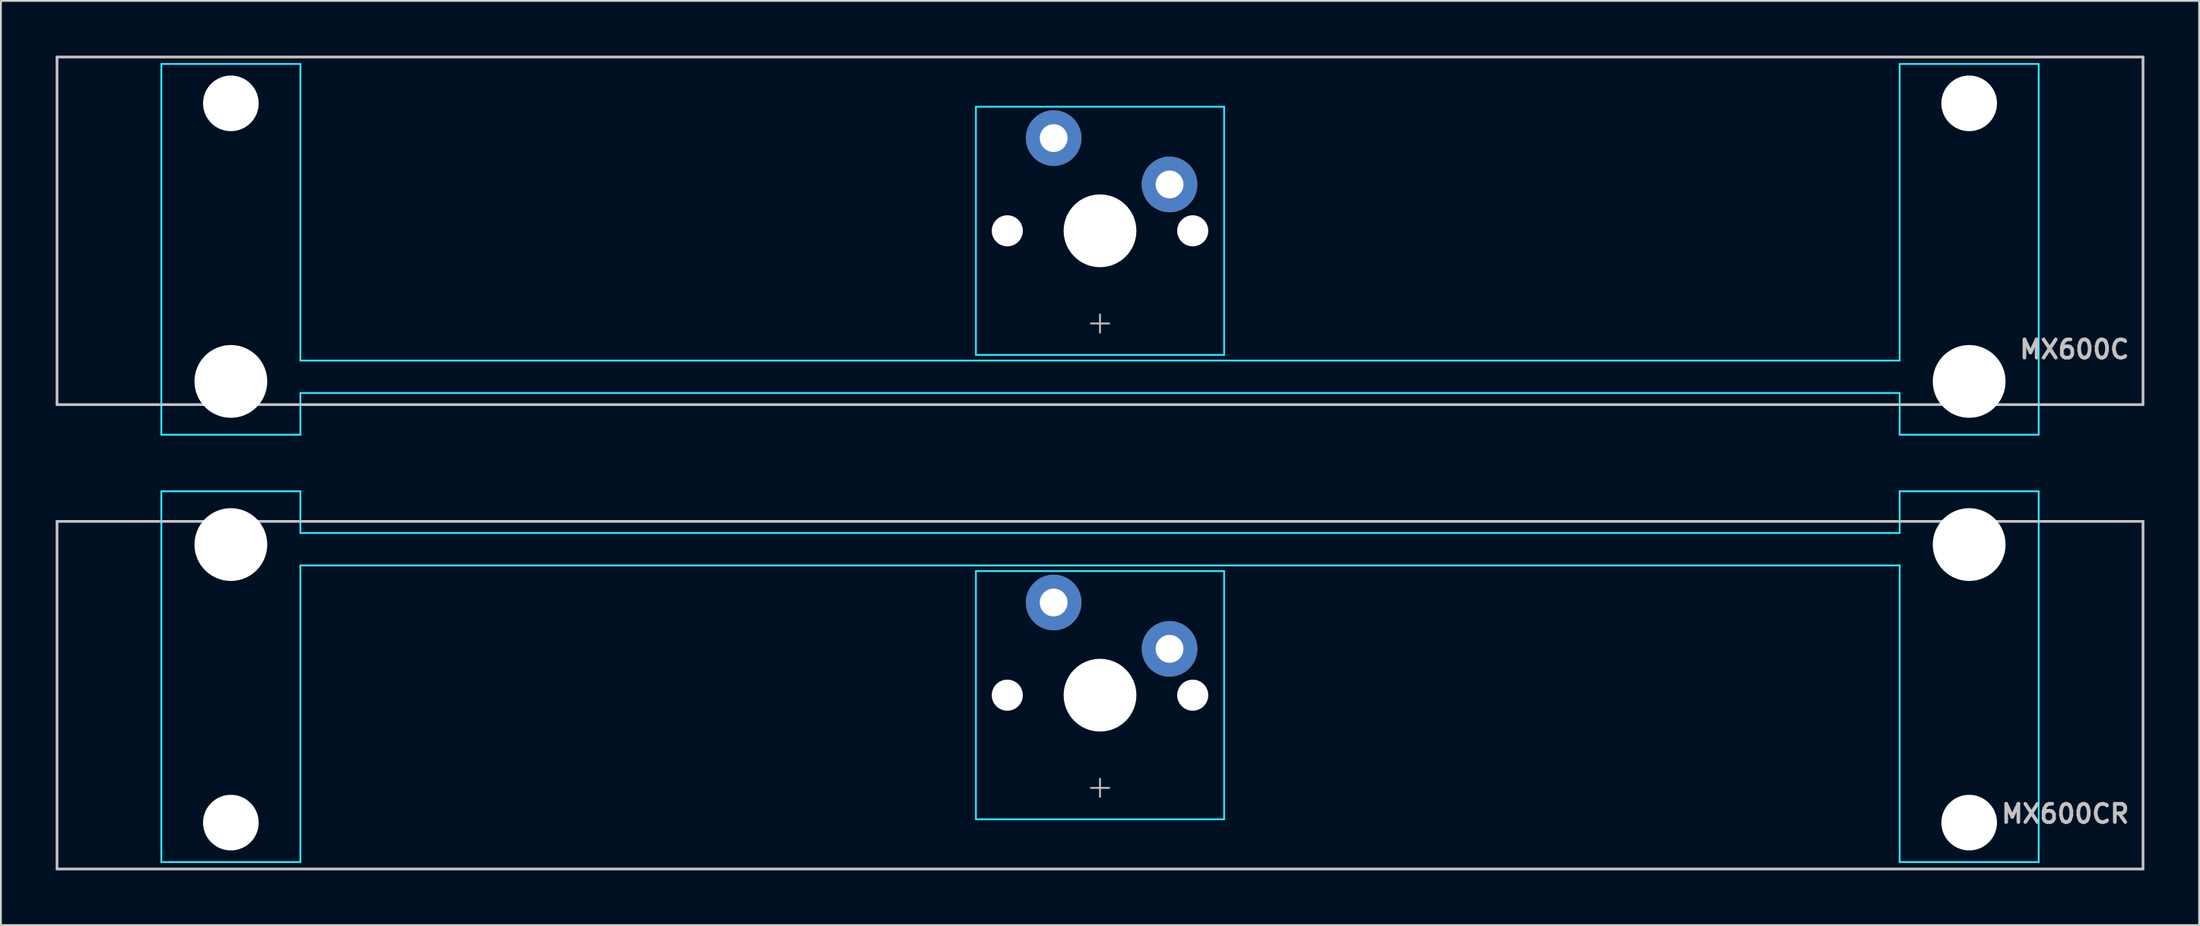
<source format=kicad_pcb>
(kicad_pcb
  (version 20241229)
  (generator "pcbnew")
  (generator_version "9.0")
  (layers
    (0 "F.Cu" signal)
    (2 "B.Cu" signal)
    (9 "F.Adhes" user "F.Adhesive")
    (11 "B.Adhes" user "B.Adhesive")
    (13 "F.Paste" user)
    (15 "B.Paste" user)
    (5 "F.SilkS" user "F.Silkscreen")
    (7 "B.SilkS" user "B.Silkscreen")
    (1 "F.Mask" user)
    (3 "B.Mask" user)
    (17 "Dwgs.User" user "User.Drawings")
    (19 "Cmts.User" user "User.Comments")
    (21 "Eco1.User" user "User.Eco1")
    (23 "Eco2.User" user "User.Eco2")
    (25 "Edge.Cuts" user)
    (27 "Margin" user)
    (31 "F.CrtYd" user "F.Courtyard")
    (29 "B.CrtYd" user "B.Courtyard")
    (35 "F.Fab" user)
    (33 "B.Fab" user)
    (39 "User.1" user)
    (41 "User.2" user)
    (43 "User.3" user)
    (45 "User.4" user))
  (footprint "MX600CR"
    (layer "F.Cu")
    (at 57.225 35.052)
    (property "Reference" "MX600CR" (at 56.5 6.5 0) (layer "Dwgs.User") (effects (font (size 1 1) (thickness 0.2)) (justify right)))
    (attr through_hole)
    (fp_line (start -57.15 -9.525) (end 57.15 -9.525) (stroke (width 0.15) (type solid)) (layer "Dwgs.User"))
    (fp_line (start -57.15 9.525) (end -57.15 -9.525) (stroke (width 0.15) (type solid)) (layer "Dwgs.User"))
    (fp_line (start -57.15 9.525) (end 57.15 9.525) (stroke (width 0.15) (type solid)) (layer "Dwgs.User"))
    (fp_line (start -0.5 5.08) (end 0.5 5.08) (stroke (width 0.1) (type solid)) (layer "Dwgs.User"))
    (fp_line (start 0 5.58) (end 0 4.58) (stroke (width 0.1) (type solid)) (layer "Dwgs.User"))
    (fp_line (start 57.15 -9.525) (end 57.15 9.525) (stroke (width 0.15) (type solid)) (layer "Dwgs.User"))
    (fp_line (start -51.125 -8.515) (end -51.125 5.485) (stroke (width 0.1) (type solid)) (layer "Eco1.User"))
    (fp_line (start -50.625 -9.015) (end -44.625 -9.015) (stroke (width 0.1) (type solid)) (layer "Eco1.User"))
    (fp_line (start -44.625 5.985) (end -50.625 5.985) (stroke (width 0.1) (type solid)) (layer "Eco1.User"))
    (fp_line (start -44.125 5.485) (end -44.125 -8.515) (stroke (width 0.1) (type solid)) (layer "Eco1.User"))
    (fp_line (start -7 -6.5) (end -7 6.5) (stroke (width 0.1) (type solid)) (layer "Eco1.User"))
    (fp_line (start -6.5 7) (end 6.5 7) (stroke (width 0.1) (type solid)) (layer "Eco1.User"))
    (fp_line (start 6.5 -7) (end -6.5 -7) (stroke (width 0.1) (type solid)) (layer "Eco1.User"))
    (fp_line (start 7 6.5) (end 7 -6.5) (stroke (width 0.1) (type solid)) (layer "Eco1.User"))
    (fp_line (start 44.125 -8.515) (end 44.125 5.485) (stroke (width 0.1) (type solid)) (layer "Eco1.User"))
    (fp_line (start 44.625 -9.015) (end 50.625 -9.015) (stroke (width 0.1) (type solid)) (layer "Eco1.User"))
    (fp_line (start 50.625 5.985) (end 44.625 5.985) (stroke (width 0.1) (type solid)) (layer "Eco1.User"))
    (fp_line (start 51.125 5.485) (end 51.125 -8.515) (stroke (width 0.1) (type solid)) (layer "Eco1.User"))
    (fp_arc (start -51.125 -8.515) (mid -50.978553 -8.868553) (end -50.625 -9.015) (stroke (width 0.1) (type solid)) (layer "Eco1.User"))
    (fp_arc (start -50.625 5.985) (mid -50.978553 5.838553) (end -51.125 5.485) (stroke (width 0.1) (type solid)) (layer "Eco1.User"))
    (fp_arc (start -44.625 -9.015) (mid -44.271447 -8.868553) (end -44.125 -8.515) (stroke (width 0.1) (type solid)) (layer "Eco1.User"))
    (fp_arc (start -44.125 5.485) (mid -44.271447 5.838553) (end -44.625 5.985) (stroke (width 0.1) (type solid)) (layer "Eco1.User"))
    (fp_arc (start -7 -6.5) (mid -6.853553 -6.853553) (end -6.5 -7) (stroke (width 0.1) (type solid)) (layer "Eco1.User"))
    (fp_arc (start -6.5 7) (mid -6.853553 6.853553) (end -7 6.5) (stroke (width 0.1) (type solid)) (layer "Eco1.User"))
    (fp_arc (start 6.5 -7) (mid 6.853553 -6.853553) (end 7 -6.5) (stroke (width 0.1) (type solid)) (layer "Eco1.User"))
    (fp_arc (start 7 6.5) (mid 6.853553 6.853553) (end 6.5 7) (stroke (width 0.1) (type solid)) (layer "Eco1.User"))
    (fp_arc (start 44.125 -8.515) (mid 44.271447 -8.868553) (end 44.625 -9.015) (stroke (width 0.1) (type solid)) (layer "Eco1.User"))
    (fp_arc (start 44.625 5.985) (mid 44.271447 5.838553) (end 44.125 5.485) (stroke (width 0.1) (type solid)) (layer "Eco1.User"))
    (fp_arc (start 50.625 -9.015) (mid 50.978553 -8.868553) (end 51.125 -8.515) (stroke (width 0.1) (type solid)) (layer "Eco1.User"))
    (fp_arc (start 51.125 5.485) (mid 50.978553 5.838553) (end 50.625 5.985) (stroke (width 0.1) (type solid)) (layer "Eco1.User"))
    (fp_line (start -51.435 9.144) (end -51.435 -11.176) (stroke (width 0.1) (type solid)) (layer "B.CrtYd"))
    (fp_line (start -43.815 -11.176) (end -51.435 -11.176) (stroke (width 0.1) (type solid)) (layer "B.CrtYd"))
    (fp_line (start -43.815 -8.89) (end -43.815 -11.176) (stroke (width 0.1) (type solid)) (layer "B.CrtYd"))
    (fp_line (start -43.815 -7.112) (end -43.815 9.144) (stroke (width 0.1) (type solid)) (layer "B.CrtYd"))
    (fp_line (start -43.815 9.144) (end -51.435 9.144) (stroke (width 0.1) (type solid)) (layer "B.CrtYd"))
    (fp_line (start -6.8 -6.8) (end -6.8 6.8) (stroke (width 0.1) (type solid)) (layer "B.CrtYd"))
    (fp_line (start -6.8 -6.8) (end 6.8 -6.8) (stroke (width 0.1) (type solid)) (layer "B.CrtYd"))
    (fp_line (start -6.8 6.8) (end 6.8 6.8) (stroke (width 0.1) (type solid)) (layer "B.CrtYd"))
    (fp_line (start 6.8 6.8) (end 6.8 -6.8) (stroke (width 0.1) (type solid)) (layer "B.CrtYd"))
    (fp_line (start 43.815 -8.89) (end -43.815 -8.89) (stroke (width 0.1) (type solid)) (layer "B.CrtYd"))
    (fp_line (start 43.815 -8.89) (end 43.815 -11.176) (stroke (width 0.1) (type solid)) (layer "B.CrtYd"))
    (fp_line (start 43.815 -7.112) (end -43.815 -7.112) (stroke (width 0.1) (type solid)) (layer "B.CrtYd"))
    (fp_line (start 43.815 -7.112) (end 43.815 9.144) (stroke (width 0.1) (type solid)) (layer "B.CrtYd"))
    (fp_line (start 51.435 -11.176) (end 43.815 -11.176) (stroke (width 0.1) (type solid)) (layer "B.CrtYd"))
    (fp_line (start 51.435 9.144) (end 43.815 9.144) (stroke (width 0.1) (type solid)) (layer "B.CrtYd"))
    (fp_line (start 51.435 9.144) (end 51.435 -11.176) (stroke (width 0.1) (type solid)) (layer "B.CrtYd"))
    (pad "" np_thru_hole circle (at -47.625 -8.255) (size 3.988 3.988) (drill 3.988) (layers "*.Cu" "*.Mask"))
    (pad "" np_thru_hole circle (at -47.625 6.985) (size 3.048 3.048) (drill 3.048) (layers "*.Cu" "*.Mask"))
    (pad "" smd circle (at -47.625 6.985) (size 3.988 3.988) (layers "F.Mask"))
    (pad "" np_thru_hole circle (at -5.08 0) (size 1.702 1.702) (drill 1.702) (layers "*.Cu" "*.Mask"))
    (pad "" np_thru_hole circle (at 0 0) (size 3.988 3.988) (drill 3.988) (layers "*.Cu" "*.Mask"))
    (pad "" np_thru_hole circle (at 5.08 0) (size 1.702 1.702) (drill 1.702) (layers "*.Cu" "*.Mask"))
    (pad "" np_thru_hole circle (at 47.625 -8.255) (size 3.988 3.988) (drill 3.988) (layers "*.Cu" "*.Mask"))
    (pad "" np_thru_hole circle (at 47.625 6.985) (size 3.048 3.048) (drill 3.048) (layers "*.Cu" "*.Mask"))
    (pad "" smd circle (at 47.625 6.985) (size 3.988 3.988) (layers "F.Mask"))
    (pad "1" thru_hole circle (at -2.54 -5.08) (size 3.048 3.048) (drill 1.524) (layers "*.Cu" "*.Mask"))
    (pad "2" thru_hole circle (at 3.81 -2.54) (size 3.048 3.048) (drill 1.524) (layers "*.Cu" "*.Mask")))
  (footprint "MX600C"
    (layer "F.Cu")
    (at 57.225 9.6)
    (property "Reference" "MX600C" (at 56.5 6.5 0) (layer "Dwgs.User") (effects (font (size 1 1) (thickness 0.2)) (justify right)))
    (attr through_hole)
    (fp_line (start -57.15 -9.525) (end 57.15 -9.525) (stroke (width 0.15) (type solid)) (layer "Dwgs.User"))
    (fp_line (start -57.15 9.525) (end -57.15 -9.525) (stroke (width 0.15) (type solid)) (layer "Dwgs.User"))
    (fp_line (start -57.15 9.525) (end 57.15 9.525) (stroke (width 0.15) (type solid)) (layer "Dwgs.User"))
    (fp_line (start -0.5 5.08) (end 0.5 5.08) (stroke (width 0.1) (type solid)) (layer "Dwgs.User"))
    (fp_line (start 0 5.58) (end 0 4.58) (stroke (width 0.1) (type solid)) (layer "Dwgs.User"))
    (fp_line (start 57.15 -9.525) (end 57.15 9.525) (stroke (width 0.15) (type solid)) (layer "Dwgs.User"))
    (fp_line (start -51.125 -5.485) (end -51.125 8.515) (stroke (width 0.1) (type solid)) (layer "Eco1.User"))
    (fp_line (start -50.625 -5.985) (end -44.625 -5.985) (stroke (width 0.1) (type solid)) (layer "Eco1.User"))
    (fp_line (start -44.625 9.015) (end -50.625 9.015) (stroke (width 0.1) (type solid)) (layer "Eco1.User"))
    (fp_line (start -44.125 8.515) (end -44.125 -5.485) (stroke (width 0.1) (type solid)) (layer "Eco1.User"))
    (fp_line (start -7 -6.5) (end -7 6.5) (stroke (width 0.1) (type solid)) (layer "Eco1.User"))
    (fp_line (start -6.5 7) (end 6.5 7) (stroke (width 0.1) (type solid)) (layer "Eco1.User"))
    (fp_line (start 6.5 -7) (end -6.5 -7) (stroke (width 0.1) (type solid)) (layer "Eco1.User"))
    (fp_line (start 7 6.5) (end 7 -6.5) (stroke (width 0.1) (type solid)) (layer "Eco1.User"))
    (fp_line (start 44.125 -5.485) (end 44.125 8.515) (stroke (width 0.1) (type solid)) (layer "Eco1.User"))
    (fp_line (start 44.625 -5.985) (end 50.625 -5.985) (stroke (width 0.1) (type solid)) (layer "Eco1.User"))
    (fp_line (start 50.625 9.015) (end 44.625 9.015) (stroke (width 0.1) (type solid)) (layer "Eco1.User"))
    (fp_line (start 51.125 8.515) (end 51.125 -5.485) (stroke (width 0.1) (type solid)) (layer "Eco1.User"))
    (fp_arc (start -51.125 -5.485) (mid -50.978553 -5.838553) (end -50.625 -5.985) (stroke (width 0.1) (type solid)) (layer "Eco1.User"))
    (fp_arc (start -50.625 9.015) (mid -50.978553 8.868553) (end -51.125 8.515) (stroke (width 0.1) (type solid)) (layer "Eco1.User"))
    (fp_arc (start -44.625 -5.985) (mid -44.271447 -5.838553) (end -44.125 -5.485) (stroke (width 0.1) (type solid)) (layer "Eco1.User"))
    (fp_arc (start -44.125 8.515) (mid -44.271447 8.868553) (end -44.625 9.015) (stroke (width 0.1) (type solid)) (layer "Eco1.User"))
    (fp_arc (start -7 -6.5) (mid -6.853553 -6.853553) (end -6.5 -7) (stroke (width 0.1) (type solid)) (layer "Eco1.User"))
    (fp_arc (start -6.5 7) (mid -6.853553 6.853553) (end -7 6.5) (stroke (width 0.1) (type solid)) (layer "Eco1.User"))
    (fp_arc (start 6.5 -7) (mid 6.853553 -6.853553) (end 7 -6.5) (stroke (width 0.1) (type solid)) (layer "Eco1.User"))
    (fp_arc (start 7 6.5) (mid 6.853553 6.853553) (end 6.5 7) (stroke (width 0.1) (type solid)) (layer "Eco1.User"))
    (fp_arc (start 44.125 -5.485) (mid 44.271447 -5.838553) (end 44.625 -5.985) (stroke (width 0.1) (type solid)) (layer "Eco1.User"))
    (fp_arc (start 44.625 9.015) (mid 44.271447 8.868553) (end 44.125 8.515) (stroke (width 0.1) (type solid)) (layer "Eco1.User"))
    (fp_arc (start 50.625 -5.985) (mid 50.978553 -5.838553) (end 51.125 -5.485) (stroke (width 0.1) (type solid)) (layer "Eco1.User"))
    (fp_arc (start 51.125 8.515) (mid 50.978553 8.868553) (end 50.625 9.015) (stroke (width 0.1) (type solid)) (layer "Eco1.User"))
    (fp_line (start -51.435 -9.144) (end -51.435 11.176) (stroke (width 0.1) (type solid)) (layer "B.CrtYd"))
    (fp_line (start -51.435 -9.144) (end -43.815 -9.144) (stroke (width 0.1) (type solid)) (layer "B.CrtYd"))
    (fp_line (start -51.435 11.176) (end -43.815 11.176) (stroke (width 0.1) (type solid)) (layer "B.CrtYd"))
    (fp_line (start -43.815 7.112) (end -43.815 -9.144) (stroke (width 0.1) (type solid)) (layer "B.CrtYd"))
    (fp_line (start -43.815 7.112) (end 43.815 7.112) (stroke (width 0.1) (type solid)) (layer "B.CrtYd"))
    (fp_line (start -43.815 8.89) (end -43.815 11.176) (stroke (width 0.1) (type solid)) (layer "B.CrtYd"))
    (fp_line (start -43.815 8.89) (end 43.815 8.89) (stroke (width 0.1) (type solid)) (layer "B.CrtYd"))
    (fp_line (start -6.8 -6.8) (end -6.8 6.8) (stroke (width 0.1) (type solid)) (layer "B.CrtYd"))
    (fp_line (start -6.8 -6.8) (end 6.8 -6.8) (stroke (width 0.1) (type solid)) (layer "B.CrtYd"))
    (fp_line (start -6.8 6.8) (end 6.8 6.8) (stroke (width 0.1) (type solid)) (layer "B.CrtYd"))
    (fp_line (start 6.8 6.8) (end 6.8 -6.8) (stroke (width 0.1) (type solid)) (layer "B.CrtYd"))
    (fp_line (start 43.815 -9.144) (end 51.435 -9.144) (stroke (width 0.1) (type solid)) (layer "B.CrtYd"))
    (fp_line (start 43.815 7.112) (end 43.815 -9.144) (stroke (width 0.1) (type solid)) (layer "B.CrtYd"))
    (fp_line (start 43.815 8.89) (end 43.815 11.176) (stroke (width 0.1) (type solid)) (layer "B.CrtYd"))
    (fp_line (start 43.815 11.176) (end 51.435 11.176) (stroke (width 0.1) (type solid)) (layer "B.CrtYd"))
    (fp_line (start 51.435 -9.144) (end 51.435 11.176) (stroke (width 0.1) (type solid)) (layer "B.CrtYd"))
    (pad "" np_thru_hole circle (at -47.625 -6.985 180) (size 3.048 3.048) (drill 3.048) (layers "*.Cu" "*.Mask"))
    (pad "" smd circle (at -47.625 -6.985) (size 3.988 3.988) (layers "F.Mask"))
    (pad "" np_thru_hole circle (at -47.625 8.255 180) (size 3.988 3.988) (drill 3.988) (layers "*.Cu" "*.Mask"))
    (pad "" np_thru_hole circle (at -5.08 0) (size 1.702 1.702) (drill 1.702) (layers "*.Cu" "*.Mask"))
    (pad "" np_thru_hole circle (at 0 0) (size 3.988 3.988) (drill 3.988) (layers "*.Cu" "*.Mask"))
    (pad "" np_thru_hole circle (at 5.08 0) (size 1.702 1.702) (drill 1.702) (layers "*.Cu" "*.Mask"))
    (pad "" np_thru_hole circle (at 47.625 -6.985 180) (size 3.048 3.048) (drill 3.048) (layers "*.Cu" "*.Mask"))
    (pad "" smd circle (at 47.625 -6.985) (size 3.988 3.988) (layers "F.Mask"))
    (pad "" np_thru_hole circle (at 47.625 8.255 180) (size 3.988 3.988) (drill 3.988) (layers "*.Cu" "*.Mask"))
    (pad "1" thru_hole circle (at -2.54 -5.08) (size 3.048 3.048) (drill 1.524) (layers "*.Cu" "*.Mask"))
    (pad "2" thru_hole circle (at 3.81 -2.54) (size 3.048 3.048) (drill 1.524) (layers "*.Cu" "*.Mask")))
  (gr_rect
    (start -3 -3)
    (end 117.45 47.652)
    (stroke (width 0.1) (type default))
    (fill no)
    (layer "Edge.Cuts")))
</source>
